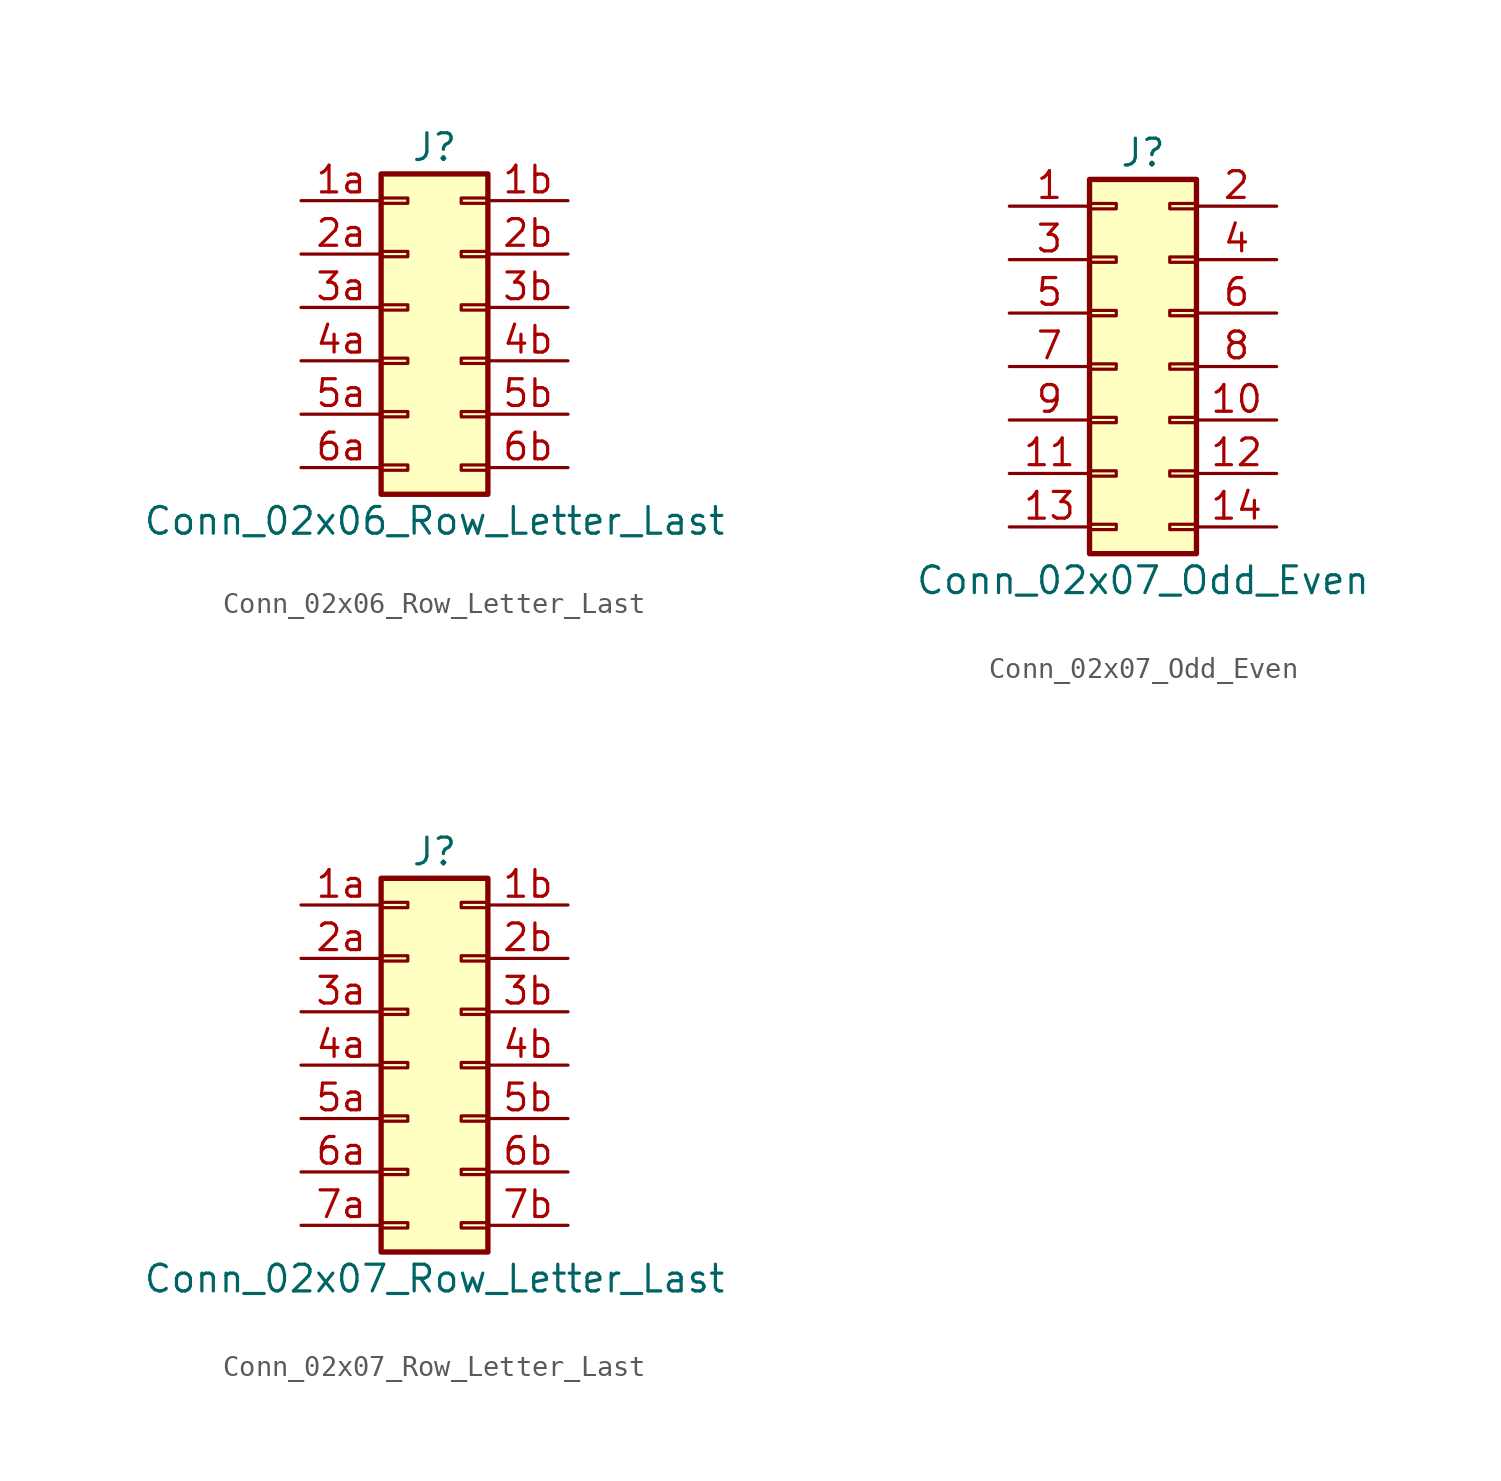
<source format=kicad_sym>
(kicad_symbol_lib
  (version 20201005)
  (generator kicad_symbol_editor)
  (symbol "Connector_Generic:Conn_02x06_Row_Letter_Last"
    (pin_names
      (offset 1.016) hide)
    (property "Reference" "J"
      (at 1.27 7.62 0)
      (effects (font (size 1.27 1.27))))
    (property "Value" "Conn_02x06_Row_Letter_Last"
      (at 1.27 -10.16 0)
      (effects (font (size 1.27 1.27))))
    (symbol "Conn_02x06_Row_Letter_Last_1_1"
      (rectangle (start -1.27 -4.953) (end 0 -5.207) (stroke (width 0.152)) (fill (type none)))
      (rectangle (start -1.27 -7.493) (end 0 -7.747) (stroke (width 0.152)) (fill (type none)))
      (rectangle (start -1.27 -2.413) (end 0 -2.667) (stroke (width 0.152)) (fill (type none)))
      (rectangle (start -1.27 2.667) (end 0 2.413) (stroke (width 0.152)) (fill (type none)))
      (rectangle (start -1.27 5.207) (end 0 4.953) (stroke (width 0.152)) (fill (type none)))
      (rectangle (start -1.27 6.35) (end 3.81 -8.89) (stroke (width 0.254)) (fill (type background)))
      (rectangle (start -1.27 0.127) (end 0 -0.127) (stroke (width 0.152)) (fill (type none)))
      (rectangle (start 3.81 -4.953) (end 2.54 -5.207) (stroke (width 0.152)) (fill (type none)))
      (rectangle (start 3.81 -7.493) (end 2.54 -7.747) (stroke (width 0.152)) (fill (type none)))
      (rectangle (start 3.81 -2.413) (end 2.54 -2.667) (stroke (width 0.152)) (fill (type none)))
      (rectangle (start 3.81 2.667) (end 2.54 2.413) (stroke (width 0.152)) (fill (type none)))
      (rectangle (start 3.81 5.207) (end 2.54 4.953) (stroke (width 0.152)) (fill (type none)))
      (rectangle (start 3.81 0.127) (end 2.54 -0.127) (stroke (width 0.152)) (fill (type none)))
      (pin passive line (at -5.08 5.08 0) (length 3.81) (name "Pin_1a" (effects (font (size 1.27 1.27)))) (number "1a" (effects (font (size 1.27 1.27)))))
      (pin passive line (at 7.62 5.08 180) (length 3.81) (name "Pin_1b" (effects (font (size 1.27 1.27)))) (number "1b" (effects (font (size 1.27 1.27)))))
      (pin passive line (at -5.08 2.54 0) (length 3.81) (name "Pin_2a" (effects (font (size 1.27 1.27)))) (number "2a" (effects (font (size 1.27 1.27)))))
      (pin passive line (at 7.62 2.54 180) (length 3.81) (name "Pin_2b" (effects (font (size 1.27 1.27)))) (number "2b" (effects (font (size 1.27 1.27)))))
      (pin passive line (at -5.08 0 0) (length 3.81) (name "Pin_3a" (effects (font (size 1.27 1.27)))) (number "3a" (effects (font (size 1.27 1.27)))))
      (pin passive line (at 7.62 0 180) (length 3.81) (name "Pin_3b" (effects (font (size 1.27 1.27)))) (number "3b" (effects (font (size 1.27 1.27)))))
      (pin passive line (at -5.08 -2.54 0) (length 3.81) (name "Pin_4a" (effects (font (size 1.27 1.27)))) (number "4a" (effects (font (size 1.27 1.27)))))
      (pin passive line (at 7.62 -2.54 180) (length 3.81) (name "Pin_4b" (effects (font (size 1.27 1.27)))) (number "4b" (effects (font (size 1.27 1.27)))))
      (pin passive line (at -5.08 -5.08 0) (length 3.81) (name "Pin_5a" (effects (font (size 1.27 1.27)))) (number "5a" (effects (font (size 1.27 1.27)))))
      (pin passive line (at 7.62 -5.08 180) (length 3.81) (name "Pin_5b" (effects (font (size 1.27 1.27)))) (number "5b" (effects (font (size 1.27 1.27)))))
      (pin passive line (at -5.08 -7.62 0) (length 3.81) (name "Pin_6a" (effects (font (size 1.27 1.27)))) (number "6a" (effects (font (size 1.27 1.27)))))
      (pin passive line (at 7.62 -7.62 180) (length 3.81) (name "Pin_6b" (effects (font (size 1.27 1.27)))) (number "6b" (effects (font (size 1.27 1.27)))))))
  (symbol "Connector_Generic:Conn_02x07_Odd_Even"
    (pin_names
      (offset 1.016) hide)
    (property "Reference" "J"
      (at 1.27 10.16 0)
      (effects (font (size 1.27 1.27))))
    (property "Value" "Conn_02x07_Odd_Even"
      (at 1.27 -10.16 0)
      (effects (font (size 1.27 1.27))))
    (symbol "Conn_02x07_Odd_Even_1_1"
      (rectangle (start -1.27 -4.953) (end 0 -5.207) (stroke (width 0.152)) (fill (type none)))
      (rectangle (start -1.27 -7.493) (end 0 -7.747) (stroke (width 0.152)) (fill (type none)))
      (rectangle (start -1.27 -2.413) (end 0 -2.667) (stroke (width 0.152)) (fill (type none)))
      (rectangle (start -1.27 2.667) (end 0 2.413) (stroke (width 0.152)) (fill (type none)))
      (rectangle (start -1.27 5.207) (end 0 4.953) (stroke (width 0.152)) (fill (type none)))
      (rectangle (start -1.27 7.747) (end 0 7.493) (stroke (width 0.152)) (fill (type none)))
      (rectangle (start -1.27 8.89) (end 3.81 -8.89) (stroke (width 0.254)) (fill (type background)))
      (rectangle (start -1.27 0.127) (end 0 -0.127) (stroke (width 0.152)) (fill (type none)))
      (rectangle (start 3.81 -4.953) (end 2.54 -5.207) (stroke (width 0.152)) (fill (type none)))
      (rectangle (start 3.81 -7.493) (end 2.54 -7.747) (stroke (width 0.152)) (fill (type none)))
      (rectangle (start 3.81 -2.413) (end 2.54 -2.667) (stroke (width 0.152)) (fill (type none)))
      (rectangle (start 3.81 2.667) (end 2.54 2.413) (stroke (width 0.152)) (fill (type none)))
      (rectangle (start 3.81 5.207) (end 2.54 4.953) (stroke (width 0.152)) (fill (type none)))
      (rectangle (start 3.81 7.747) (end 2.54 7.493) (stroke (width 0.152)) (fill (type none)))
      (rectangle (start 3.81 0.127) (end 2.54 -0.127) (stroke (width 0.152)) (fill (type none)))
      (pin passive line (at -5.08 7.62 0) (length 3.81) (name "Pin_1" (effects (font (size 1.27 1.27)))) (number "1" (effects (font (size 1.27 1.27)))))
      (pin passive line (at 7.62 -2.54 180) (length 3.81) (name "Pin_10" (effects (font (size 1.27 1.27)))) (number "10" (effects (font (size 1.27 1.27)))))
      (pin passive line (at -5.08 -5.08 0) (length 3.81) (name "Pin_11" (effects (font (size 1.27 1.27)))) (number "11" (effects (font (size 1.27 1.27)))))
      (pin passive line (at 7.62 -5.08 180) (length 3.81) (name "Pin_12" (effects (font (size 1.27 1.27)))) (number "12" (effects (font (size 1.27 1.27)))))
      (pin passive line (at -5.08 -7.62 0) (length 3.81) (name "Pin_13" (effects (font (size 1.27 1.27)))) (number "13" (effects (font (size 1.27 1.27)))))
      (pin passive line (at 7.62 -7.62 180) (length 3.81) (name "Pin_14" (effects (font (size 1.27 1.27)))) (number "14" (effects (font (size 1.27 1.27)))))
      (pin passive line (at 7.62 7.62 180) (length 3.81) (name "Pin_2" (effects (font (size 1.27 1.27)))) (number "2" (effects (font (size 1.27 1.27)))))
      (pin passive line (at -5.08 5.08 0) (length 3.81) (name "Pin_3" (effects (font (size 1.27 1.27)))) (number "3" (effects (font (size 1.27 1.27)))))
      (pin passive line (at 7.62 5.08 180) (length 3.81) (name "Pin_4" (effects (font (size 1.27 1.27)))) (number "4" (effects (font (size 1.27 1.27)))))
      (pin passive line (at -5.08 2.54 0) (length 3.81) (name "Pin_5" (effects (font (size 1.27 1.27)))) (number "5" (effects (font (size 1.27 1.27)))))
      (pin passive line (at 7.62 2.54 180) (length 3.81) (name "Pin_6" (effects (font (size 1.27 1.27)))) (number "6" (effects (font (size 1.27 1.27)))))
      (pin passive line (at -5.08 0 0) (length 3.81) (name "Pin_7" (effects (font (size 1.27 1.27)))) (number "7" (effects (font (size 1.27 1.27)))))
      (pin passive line (at 7.62 0 180) (length 3.81) (name "Pin_8" (effects (font (size 1.27 1.27)))) (number "8" (effects (font (size 1.27 1.27)))))
      (pin passive line (at -5.08 -2.54 0) (length 3.81) (name "Pin_9" (effects (font (size 1.27 1.27)))) (number "9" (effects (font (size 1.27 1.27)))))))
  (symbol "Connector_Generic:Conn_02x07_Row_Letter_Last"
    (pin_names
      (offset 1.016) hide)
    (property "Reference" "J"
      (at 1.27 10.16 0)
      (effects (font (size 1.27 1.27))))
    (property "Value" "Conn_02x07_Row_Letter_Last"
      (at 1.27 -10.16 0)
      (effects (font (size 1.27 1.27))))
    (symbol "Conn_02x07_Row_Letter_Last_1_1"
      (rectangle (start -1.27 -4.953) (end 0 -5.207) (stroke (width 0.152)) (fill (type none)))
      (rectangle (start -1.27 -7.493) (end 0 -7.747) (stroke (width 0.152)) (fill (type none)))
      (rectangle (start -1.27 -2.413) (end 0 -2.667) (stroke (width 0.152)) (fill (type none)))
      (rectangle (start -1.27 2.667) (end 0 2.413) (stroke (width 0.152)) (fill (type none)))
      (rectangle (start -1.27 5.207) (end 0 4.953) (stroke (width 0.152)) (fill (type none)))
      (rectangle (start -1.27 7.747) (end 0 7.493) (stroke (width 0.152)) (fill (type none)))
      (rectangle (start -1.27 8.89) (end 3.81 -8.89) (stroke (width 0.254)) (fill (type background)))
      (rectangle (start -1.27 0.127) (end 0 -0.127) (stroke (width 0.152)) (fill (type none)))
      (rectangle (start 3.81 -4.953) (end 2.54 -5.207) (stroke (width 0.152)) (fill (type none)))
      (rectangle (start 3.81 -7.493) (end 2.54 -7.747) (stroke (width 0.152)) (fill (type none)))
      (rectangle (start 3.81 -2.413) (end 2.54 -2.667) (stroke (width 0.152)) (fill (type none)))
      (rectangle (start 3.81 2.667) (end 2.54 2.413) (stroke (width 0.152)) (fill (type none)))
      (rectangle (start 3.81 5.207) (end 2.54 4.953) (stroke (width 0.152)) (fill (type none)))
      (rectangle (start 3.81 7.747) (end 2.54 7.493) (stroke (width 0.152)) (fill (type none)))
      (rectangle (start 3.81 0.127) (end 2.54 -0.127) (stroke (width 0.152)) (fill (type none)))
      (pin passive line (at -5.08 7.62 0) (length 3.81) (name "Pin_1a" (effects (font (size 1.27 1.27)))) (number "1a" (effects (font (size 1.27 1.27)))))
      (pin passive line (at 7.62 7.62 180) (length 3.81) (name "Pin_1b" (effects (font (size 1.27 1.27)))) (number "1b" (effects (font (size 1.27 1.27)))))
      (pin passive line (at -5.08 5.08 0) (length 3.81) (name "Pin_2a" (effects (font (size 1.27 1.27)))) (number "2a" (effects (font (size 1.27 1.27)))))
      (pin passive line (at 7.62 5.08 180) (length 3.81) (name "Pin_2b" (effects (font (size 1.27 1.27)))) (number "2b" (effects (font (size 1.27 1.27)))))
      (pin passive line (at -5.08 2.54 0) (length 3.81) (name "Pin_3a" (effects (font (size 1.27 1.27)))) (number "3a" (effects (font (size 1.27 1.27)))))
      (pin passive line (at 7.62 2.54 180) (length 3.81) (name "Pin_3b" (effects (font (size 1.27 1.27)))) (number "3b" (effects (font (size 1.27 1.27)))))
      (pin passive line (at -5.08 0 0) (length 3.81) (name "Pin_4a" (effects (font (size 1.27 1.27)))) (number "4a" (effects (font (size 1.27 1.27)))))
      (pin passive line (at 7.62 0 180) (length 3.81) (name "Pin_4b" (effects (font (size 1.27 1.27)))) (number "4b" (effects (font (size 1.27 1.27)))))
      (pin passive line (at -5.08 -2.54 0) (length 3.81) (name "Pin_5a" (effects (font (size 1.27 1.27)))) (number "5a" (effects (font (size 1.27 1.27)))))
      (pin passive line (at 7.62 -2.54 180) (length 3.81) (name "Pin_5b" (effects (font (size 1.27 1.27)))) (number "5b" (effects (font (size 1.27 1.27)))))
      (pin passive line (at -5.08 -5.08 0) (length 3.81) (name "Pin_6a" (effects (font (size 1.27 1.27)))) (number "6a" (effects (font (size 1.27 1.27)))))
      (pin passive line (at 7.62 -5.08 180) (length 3.81) (name "Pin_6b" (effects (font (size 1.27 1.27)))) (number "6b" (effects (font (size 1.27 1.27)))))
      (pin passive line (at -5.08 -7.62 0) (length 3.81) (name "Pin_7a" (effects (font (size 1.27 1.27)))) (number "7a" (effects (font (size 1.27 1.27)))))
      (pin passive line (at 7.62 -7.62 180) (length 3.81) (name "Pin_7b" (effects (font (size 1.27 1.27)))) (number "7b" (effects (font (size 1.27 1.27))))))))
</source>
